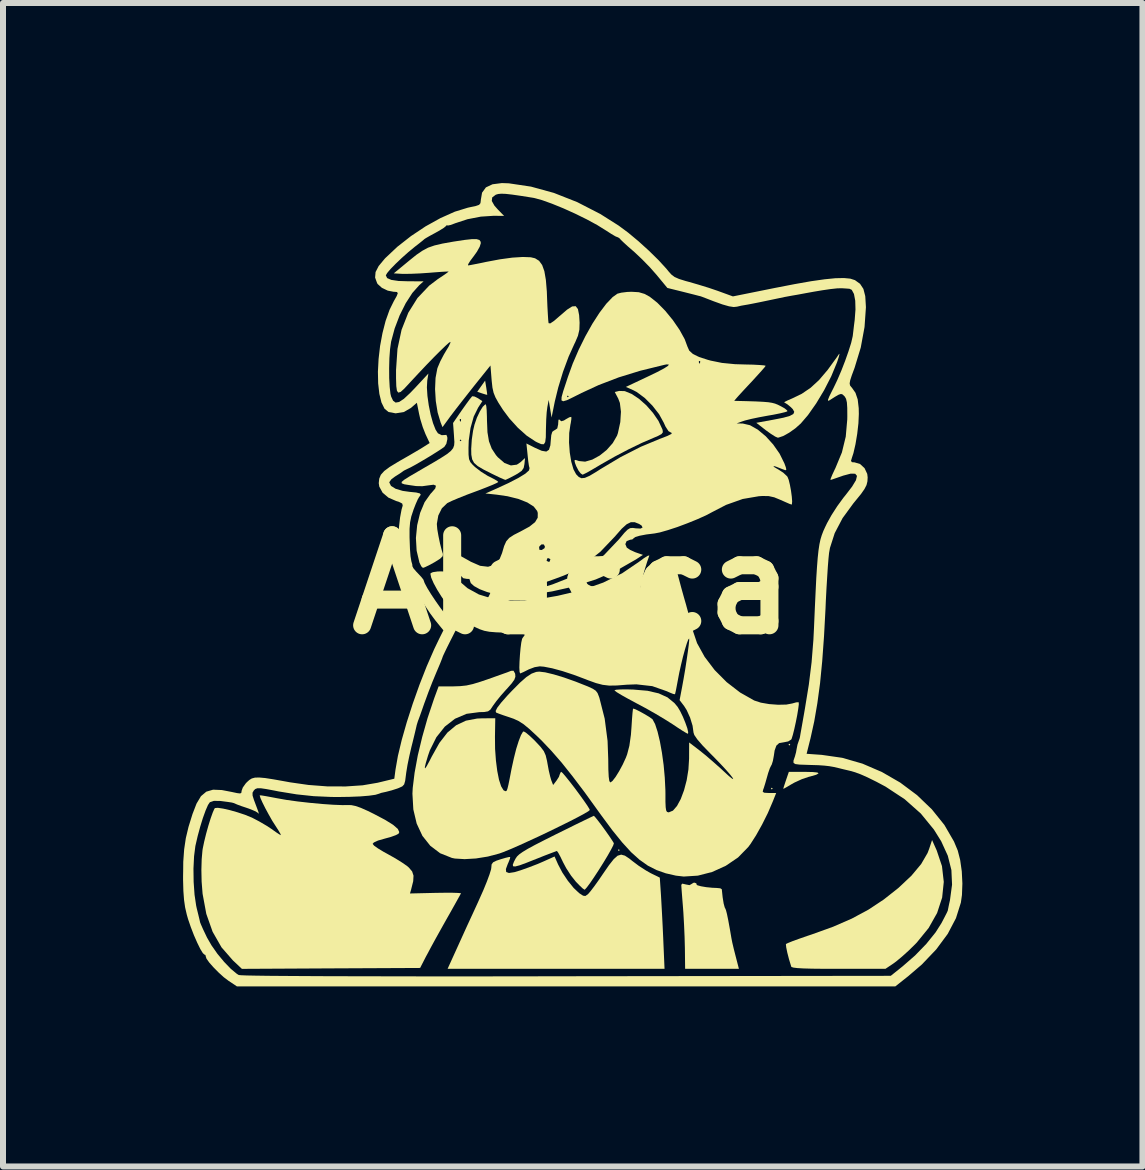
<source format=kicad_pcb>
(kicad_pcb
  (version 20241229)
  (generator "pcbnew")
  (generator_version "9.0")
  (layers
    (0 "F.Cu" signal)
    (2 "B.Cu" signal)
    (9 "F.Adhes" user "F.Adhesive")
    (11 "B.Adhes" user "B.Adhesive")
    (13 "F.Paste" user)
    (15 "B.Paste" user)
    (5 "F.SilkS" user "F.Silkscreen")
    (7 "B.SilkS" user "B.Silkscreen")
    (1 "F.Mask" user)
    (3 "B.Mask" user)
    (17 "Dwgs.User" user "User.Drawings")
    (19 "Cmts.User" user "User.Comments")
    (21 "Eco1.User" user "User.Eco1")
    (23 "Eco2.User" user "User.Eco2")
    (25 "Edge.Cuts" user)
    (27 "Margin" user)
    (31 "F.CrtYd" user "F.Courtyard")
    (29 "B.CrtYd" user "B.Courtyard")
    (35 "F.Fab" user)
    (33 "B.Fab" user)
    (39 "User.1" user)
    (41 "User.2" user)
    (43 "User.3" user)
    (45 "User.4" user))
  (footprint "Alasca"
    (layer "F.Cu")
    (at 6.483 6.689)
    (property "Reference" "Alasca" (at 0 0 0) (layer "F.SilkS") (effects (font (size 1.5 1.5) (thickness 0.3))))
    (attr board_only exclude_from_pos_files exclude_from_bom)
    (fp_poly (pts (xy 0.791 4.424) (xy 0.776 4.438) (xy 0.762 4.424) (xy 0.776 4.409)) (stroke (width 0) (type solid)) (fill yes) (layer "F.SilkS"))
    (fp_poly (pts (xy 3.34 3.398) (xy 3.325 3.413) (xy 3.31 3.398) (xy 3.325 3.384)) (stroke (width 0) (type solid)) (fill yes) (layer "F.SilkS"))
    (fp_poly (pts (xy 3.633 2.666) (xy 3.618 2.681) (xy 3.603 2.666) (xy 3.618 2.651)) (stroke (width 0) (type solid)) (fill yes) (layer "F.SilkS"))
    (fp_poly (pts (xy -1.432 -3.281) (xy -1.421 -3.207) (xy -1.416 -3.164) (xy -1.417 -3.161) (xy -1.444 -3.167) (xy -1.502 -3.185) (xy -1.582 -3.213) (xy -1.517 -3.305) (xy -1.451 -3.398)) (stroke (width 0) (type solid)) (fill yes) (layer "F.SilkS"))
    (fp_poly (pts (xy 4.01 3.123) (xy 4.086 3.131) (xy 4.104 3.146) (xy 4.065 3.168) (xy 3.969 3.196) (xy 3.94 3.203) (xy 3.825 3.242) (xy 3.703 3.298) (xy 3.655 3.325) (xy 3.579 3.37) (xy 3.529 3.398) (xy 3.516 3.402) (xy 3.524 3.372) (xy 3.546 3.305) (xy 3.562 3.257) (xy 3.609 3.12) (xy 3.876 3.12)) (stroke (width 0) (type solid)) (fill yes) (layer "F.SilkS"))
    (fp_poly (pts (xy 1.018 1.749) (xy 1.253 1.769) (xy 1.44 1.812) (xy 1.587 1.879) (xy 1.704 1.975) (xy 1.757 2.039) (xy 1.799 2.11) (xy 1.844 2.202) (xy 1.885 2.302) (xy 1.917 2.392) (xy 1.932 2.459) (xy 1.929 2.486) (xy 1.902 2.474) (xy 1.837 2.435) (xy 1.746 2.376) (xy 1.67 2.325) (xy 1.543 2.245) (xy 1.384 2.15) (xy 1.214 2.054) (xy 1.062 1.973) (xy 0.932 1.903) (xy 0.823 1.842) (xy 0.744 1.794) (xy 0.706 1.765) (xy 0.704 1.761) (xy 0.731 1.752) (xy 0.804 1.747) (xy 0.913 1.746)) (stroke (width 0) (type solid)) (fill yes) (layer "F.SilkS"))
    (fp_poly (pts (xy 4.443 -3.799) (xy 4.417 -3.718) (xy 4.407 -3.691) (xy 4.315 -3.469) (xy 4.197 -3.239) (xy 4.065 -3.019) (xy 3.928 -2.824) (xy 3.808 -2.684) (xy 3.717 -2.603) (xy 3.614 -2.53) (xy 3.515 -2.475) (xy 3.438 -2.449) (xy 3.422 -2.448) (xy 3.381 -2.466) (xy 3.31 -2.511) (xy 3.225 -2.572) (xy 3.067 -2.695) (xy 3.357 -2.748) (xy 3.518 -2.78) (xy 3.625 -2.81) (xy 3.684 -2.842) (xy 3.699 -2.878) (xy 3.675 -2.922) (xy 3.643 -2.955) (xy 3.582 -3.005) (xy 3.537 -3.032) (xy 3.531 -3.033) (xy 3.539 -3.043) (xy 3.59 -3.069) (xy 3.664 -3.101) (xy 3.825 -3.179) (xy 3.972 -3.279) (xy 4.113 -3.409) (xy 4.255 -3.576) (xy 4.409 -3.788) (xy 4.445 -3.842) (xy 4.453 -3.844)) (stroke (width 0) (type solid)) (fill yes) (layer "F.SilkS"))
    (fp_poly (pts (xy -1.432 -2.976) (xy -1.425 -2.903) (xy -1.421 -2.797) (xy -1.42 -2.732) (xy -1.412 -2.538) (xy -1.387 -2.387) (xy -1.341 -2.265) (xy -1.27 -2.157) (xy -1.239 -2.121) (xy -1.129 -2.026) (xy -1.022 -1.985) (xy -0.922 -1.998) (xy -0.86 -2.04) (xy -0.786 -2.109) (xy -0.796 -2.007) (xy -0.809 -1.943) (xy -0.841 -1.896) (xy -0.908 -1.849) (xy -0.952 -1.824) (xy -1.034 -1.781) (xy -1.094 -1.752) (xy -1.114 -1.744) (xy -1.146 -1.756) (xy -1.216 -1.787) (xy -1.311 -1.833) (xy -1.334 -1.844) (xy -1.476 -1.916) (xy -1.573 -1.973) (xy -1.635 -2.027) (xy -1.667 -2.087) (xy -1.681 -2.164) (xy -1.683 -2.268) (xy -1.682 -2.276) (xy -1.673 -2.416) (xy -1.652 -2.562) (xy -1.628 -2.665) (xy -1.588 -2.781) (xy -1.539 -2.884) (xy -1.491 -2.962) (xy -1.45 -3.001) (xy -1.441 -3.003)) (stroke (width 0) (type solid)) (fill yes) (layer "F.SilkS"))
    (fp_poly (pts (xy 0.876 -3.223) (xy 0.99 -3.176) (xy 1.112 -3.095) (xy 1.234 -2.987) (xy 1.345 -2.861) (xy 1.437 -2.727) (xy 1.5 -2.591) (xy 1.506 -2.574) (xy 1.51 -2.537) (xy 1.487 -2.507) (xy 1.427 -2.475) (xy 1.356 -2.445) (xy 1.161 -2.361) (xy 0.938 -2.253) (xy 0.706 -2.131) (xy 0.484 -2.005) (xy 0.442 -1.98) (xy 0.335 -1.917) (xy 0.246 -1.866) (xy 0.187 -1.837) (xy 0.172 -1.831) (xy 0.14 -1.853) (xy 0.106 -1.897) (xy 0.066 -1.974) (xy 0.046 -2.027) (xy 0.037 -2.069) (xy 0.057 -2.077) (xy 0.113 -2.058) (xy 0.215 -2.048) (xy 0.334 -2.082) (xy 0.458 -2.15) (xy 0.575 -2.244) (xy 0.675 -2.357) (xy 0.746 -2.48) (xy 0.761 -2.523) (xy 0.801 -2.707) (xy 0.812 -2.88) (xy 0.794 -3.026) (xy 0.767 -3.098) (xy 0.709 -3.208) (xy 0.781 -3.226)) (stroke (width 0) (type solid)) (fill yes) (layer "F.SilkS"))
    (fp_poly (pts (xy 2.07 4.979) (xy 2.068 4.991) (xy 2.084 5.009) (xy 2.145 5.026) (xy 2.233 5.041) (xy 2.335 5.051) (xy 2.406 5.054) (xy 2.467 5.06) (xy 2.492 5.076) (xy 2.506 5.209) (xy 2.523 5.314) (xy 2.541 5.38) (xy 2.547 5.39) (xy 2.561 5.422) (xy 2.578 5.488) (xy 2.6 5.595) (xy 2.628 5.749) (xy 2.652 5.889) (xy 2.666 5.961) (xy 2.691 6.067) (xy 2.721 6.185) (xy 2.722 6.189) (xy 2.777 6.401) (xy 2.329 6.401) (xy 1.881 6.401) (xy 1.877 6.053) (xy 1.872 5.869) (xy 1.863 5.663) (xy 1.852 5.466) (xy 1.845 5.372) (xy 1.834 5.236) (xy 1.825 5.12) (xy 1.819 5.037) (xy 1.817 5.003) (xy 1.833 4.982) (xy 1.887 4.994) (xy 1.889 4.995) (xy 1.954 5.007) (xy 1.978 4.994) (xy 2.02 4.968) (xy 2.04 4.966)) (stroke (width 0) (type solid)) (fill yes) (layer "F.SilkS"))
    (fp_poly (pts (xy 6.072 4.428) (xy 6.16 4.69) (xy 6.19 4.953) (xy 6.163 5.214) (xy 6.079 5.471) (xy 5.938 5.721) (xy 5.741 5.963) (xy 5.713 5.992) (xy 5.605 6.098) (xy 5.495 6.197) (xy 5.399 6.277) (xy 5.356 6.309) (xy 5.219 6.401) (xy 4.44 6.401) (xy 4.192 6.401) (xy 3.999 6.399) (xy 3.853 6.395) (xy 3.751 6.389) (xy 3.686 6.381) (xy 3.654 6.371) (xy 3.649 6.365) (xy 3.612 6.243) (xy 3.583 6.131) (xy 3.565 6.043) (xy 3.56 5.993) (xy 3.561 5.988) (xy 3.593 5.972) (xy 3.669 5.941) (xy 3.782 5.9) (xy 3.92 5.852) (xy 3.992 5.828) (xy 4.347 5.7) (xy 4.657 5.565) (xy 4.934 5.416) (xy 5.191 5.246) (xy 5.434 5.054) (xy 5.651 4.85) (xy 5.813 4.656) (xy 5.92 4.472) (xy 5.946 4.404) (xy 5.995 4.256)) (stroke (width 0) (type solid)) (fill yes) (layer "F.SilkS"))
    (fp_poly (pts (xy 0.383 3.875) (xy 0.429 3.932) (xy 0.49 4.012) (xy 0.556 4.103) (xy 0.618 4.191) (xy 0.666 4.263) (xy 0.693 4.307) (xy 0.694 4.31) (xy 0.683 4.345) (xy 0.646 4.417) (xy 0.59 4.516) (xy 0.52 4.632) (xy 0.444 4.753) (xy 0.368 4.869) (xy 0.3 4.969) (xy 0.245 5.043) (xy 0.211 5.081) (xy 0.205 5.083) (xy 0.175 5.063) (xy 0.12 5.011) (xy 0.06 4.949) (xy -0.02 4.848) (xy -0.101 4.723) (xy -0.152 4.627) (xy -0.197 4.534) (xy -0.233 4.467) (xy -0.254 4.439) (xy -0.255 4.438) (xy -0.286 4.449) (xy -0.361 4.477) (xy -0.468 4.518) (xy -0.595 4.569) (xy -0.599 4.57) (xy -0.762 4.635) (xy -0.876 4.677) (xy -0.949 4.696) (xy -0.985 4.693) (xy -0.99 4.668) (xy -0.972 4.62) (xy -0.943 4.564) (xy -0.92 4.53) (xy -0.882 4.494) (xy -0.824 4.453) (xy -0.738 4.401) (xy -0.618 4.336) (xy -0.458 4.254) (xy -0.273 4.161) (xy -0.098 4.075) (xy 0.059 3.997) (xy 0.191 3.933) (xy 0.29 3.885) (xy 0.348 3.858) (xy 0.361 3.852)) (stroke (width 0) (type solid)) (fill yes) (layer "F.SilkS"))
    (fp_poly (pts (xy 0.878 4.516) (xy 0.952 4.565) (xy 0.999 4.603) (xy 1.108 4.685) (xy 1.227 4.762) (xy 1.308 4.808) (xy 1.459 4.882) (xy 1.479 5.18) (xy 1.487 5.321) (xy 1.497 5.501) (xy 1.507 5.697) (xy 1.516 5.891) (xy 1.518 5.94) (xy 1.538 6.401) (xy -0.269 6.401) (xy -2.076 6.401) (xy -1.913 6.042) (xy -1.84 5.881) (xy -1.752 5.687) (xy -1.658 5.484) (xy -1.57 5.292) (xy -1.549 5.245) (xy -1.48 5.09) (xy -1.422 4.948) (xy -1.378 4.829) (xy -1.352 4.745) (xy -1.348 4.716) (xy -1.343 4.662) (xy -1.318 4.627) (xy -1.261 4.599) (xy -1.195 4.577) (xy -1.11 4.552) (xy -1.05 4.538) (xy -1.033 4.538) (xy -1.038 4.568) (xy -1.063 4.631) (xy -1.074 4.655) (xy -1.105 4.739) (xy -1.1 4.788) (xy -1.054 4.805) (xy -0.963 4.791) (xy -0.86 4.76) (xy -0.722 4.711) (xy -0.574 4.654) (xy -0.477 4.612) (xy -0.294 4.53) (xy -0.235 4.663) (xy -0.164 4.798) (xy -0.073 4.934) (xy 0.024 5.054) (xy 0.114 5.139) (xy 0.121 5.144) (xy 0.181 5.183) (xy 0.219 5.188) (xy 0.257 5.162) (xy 0.265 5.155) (xy 0.303 5.111) (xy 0.365 5.03) (xy 0.441 4.924) (xy 0.512 4.82) (xy 0.613 4.674) (xy 0.692 4.574) (xy 0.756 4.517) (xy 0.816 4.499)) (stroke (width 0) (type solid)) (fill yes) (layer "F.SilkS"))
    (fp_poly (pts (xy -5.175 3.513) (xy -5.101 3.525) (xy -4.994 3.545) (xy -4.92 3.559) (xy -4.763 3.587) (xy -4.575 3.613) (xy -4.371 3.636) (xy -4.168 3.655) (xy -3.981 3.668) (xy -3.826 3.674) (xy -3.752 3.673) (xy -3.681 3.674) (xy -3.608 3.689) (xy -3.52 3.72) (xy -3.403 3.772) (xy -3.304 3.821) (xy -3.116 3.92) (xy -2.983 4.003) (xy -2.905 4.071) (xy -2.881 4.124) (xy -2.894 4.151) (xy -2.938 4.174) (xy -3.021 4.204) (xy -3.126 4.233) (xy -3.126 4.233) (xy -3.235 4.264) (xy -3.304 4.296) (xy -3.325 4.319) (xy -3.301 4.349) (xy -3.235 4.396) (xy -3.139 4.454) (xy -3.068 4.493) (xy -2.945 4.562) (xy -2.833 4.632) (xy -2.747 4.692) (xy -2.721 4.715) (xy -2.667 4.779) (xy -2.644 4.849) (xy -2.649 4.941) (xy -2.681 5.069) (xy -2.683 5.078) (xy -2.703 5.146) (xy -2.274 5.136) (xy -2.124 5.134) (xy -1.998 5.134) (xy -1.906 5.137) (xy -1.858 5.141) (xy -1.853 5.143) (xy -1.869 5.173) (xy -1.909 5.245) (xy -1.968 5.351) (xy -2.041 5.481) (xy -2.099 5.583) (xy -2.188 5.742) (xy -2.276 5.9) (xy -2.354 6.043) (xy -2.414 6.156) (xy -2.436 6.196) (xy -2.534 6.387) (xy -4.019 6.394) (xy -5.503 6.402) (xy -5.652 6.262) (xy -5.843 6.043) (xy -5.991 5.784) (xy -6.096 5.486) (xy -6.158 5.151) (xy -6.174 4.948) (xy -6.178 4.755) (xy -6.173 4.575) (xy -6.16 4.428) (xy -6.155 4.396) (xy -6.131 4.281) (xy -6.099 4.151) (xy -6.062 4.018) (xy -6.024 3.896) (xy -5.989 3.798) (xy -5.962 3.736) (xy -5.951 3.723) (xy -5.904 3.719) (xy -5.816 3.732) (xy -5.702 3.758) (xy -5.576 3.794) (xy -5.452 3.835) (xy -5.344 3.879) (xy -5.338 3.881) (xy -5.216 3.945) (xy -5.091 4.018) (xy -5.009 4.072) (xy -4.932 4.127) (xy -4.875 4.164) (xy -4.854 4.175) (xy -4.861 4.153) (xy -4.894 4.096) (xy -4.942 4.021) (xy -4.996 3.937) (xy -5.054 3.835) (xy -5.111 3.73) (xy -5.16 3.632) (xy -5.194 3.556) (xy -5.206 3.515) (xy -5.205 3.511)) (stroke (width 0) (type solid)) (fill yes) (layer "F.SilkS"))
    (fp_poly (pts (xy -1.627 -3.133) (xy -1.569 -3.104) (xy -1.497 -3.056) (xy -1.567 -2.949) (xy -1.641 -2.799) (xy -1.694 -2.61) (xy -1.724 -2.399) (xy -1.728 -2.276) (xy -1.727 -2.163) (xy -1.719 -2.091) (xy -1.697 -2.04) (xy -1.656 -1.993) (xy -1.619 -1.958) (xy -1.521 -1.882) (xy -1.409 -1.812) (xy -1.371 -1.793) (xy -1.293 -1.753) (xy -1.242 -1.721) (xy -1.232 -1.709) (xy -1.257 -1.693) (xy -1.328 -1.661) (xy -1.434 -1.618) (xy -1.566 -1.567) (xy -1.612 -1.55) (xy -1.76 -1.495) (xy -1.895 -1.441) (xy -2.004 -1.395) (xy -2.074 -1.361) (xy -2.082 -1.357) (xy -2.171 -1.272) (xy -2.231 -1.151) (xy -2.255 -1.013) (xy -2.255 -1.004) (xy -2.248 -0.922) (xy -2.228 -0.807) (xy -2.202 -0.682) (xy -2.173 -0.57) (xy -2.154 -0.509) (xy -2.158 -0.473) (xy -2.202 -0.43) (xy -2.293 -0.373) (xy -2.298 -0.37) (xy -2.386 -0.322) (xy -2.455 -0.289) (xy -2.487 -0.278) (xy -2.514 -0.303) (xy -2.544 -0.364) (xy -2.547 -0.374) (xy -2.592 -0.565) (xy -2.604 -0.776) (xy -2.583 -0.99) (xy -2.534 -1.194) (xy -2.459 -1.373) (xy -2.359 -1.514) (xy -2.345 -1.528) (xy -2.282 -1.601) (xy -2.27 -1.647) (xy -2.309 -1.664) (xy -2.395 -1.653) (xy -2.497 -1.639) (xy -2.594 -1.641) (xy -2.6 -1.641) (xy -2.717 -1.658) (xy -2.798 -1.671) (xy -2.84 -1.687) (xy -2.842 -1.71) (xy -2.801 -1.745) (xy -2.716 -1.799) (xy -2.584 -1.876) (xy -2.492 -1.93) (xy -2.314 -2.033) (xy -2.181 -2.113) (xy -2.085 -2.175) (xy -2.022 -2.226) (xy -1.984 -2.273) (xy -1.967 -2.321) (xy -1.963 -2.377) (xy -1.965 -2.402) (xy -1.875 -2.402) (xy -1.86 -2.388) (xy -1.846 -2.402) (xy -1.86 -2.417) (xy -1.875 -2.402) (xy -1.965 -2.402) (xy -1.968 -2.448) (xy -1.97 -2.484) (xy -1.985 -2.692) (xy -1.953 -2.739) (xy -1.875 -2.739) (xy -1.864 -2.715) (xy -1.855 -2.72) (xy -1.852 -2.754) (xy -1.855 -2.759) (xy -1.873 -2.755) (xy -1.875 -2.739) (xy -1.953 -2.739) (xy -1.837 -2.908) (xy -1.768 -3.005) (xy -1.711 -3.083) (xy -1.673 -3.13) (xy -1.665 -3.138)) (stroke (width 0) (type solid)) (fill yes) (layer "F.SilkS"))
    (fp_poly (pts (xy -0.953 1.48) (xy -0.95 1.491) (xy -0.947 1.536) (xy -0.964 1.584) (xy -1.009 1.647) (xy -1.089 1.738) (xy -1.101 1.75) (xy -1.188 1.848) (xy -1.265 1.943) (xy -1.319 2.017) (xy -1.327 2.029) (xy -1.363 2.083) (xy -1.403 2.112) (xy -1.466 2.123) (xy -1.548 2.125) (xy -1.76 2.153) (xy -1.953 2.235) (xy -2.122 2.366) (xy -2.263 2.543) (xy -2.372 2.762) (xy -2.403 2.852) (xy -2.44 2.976) (xy -2.456 3.046) (xy -2.45 3.062) (xy -2.423 3.023) (xy -2.373 2.93) (xy -2.34 2.865) (xy -2.213 2.638) (xy -2.08 2.466) (xy -1.934 2.344) (xy -1.771 2.267) (xy -1.585 2.232) (xy -1.498 2.228) (xy -1.282 2.227) (xy -1.287 2.534) (xy -1.285 2.738) (xy -1.271 2.931) (xy -1.249 3.104) (xy -1.22 3.251) (xy -1.184 3.361) (xy -1.144 3.427) (xy -1.113 3.442) (xy -1.1 3.44) (xy -1.089 3.428) (xy -1.078 3.396) (xy -1.063 3.335) (xy -1.043 3.237) (xy -1.015 3.091) (xy -1.009 3.061) (xy -0.972 2.892) (xy -0.933 2.737) (xy -0.892 2.607) (xy -0.854 2.509) (xy -0.822 2.454) (xy -0.808 2.446) (xy -0.773 2.466) (xy -0.71 2.518) (xy -0.631 2.593) (xy -0.61 2.615) (xy -0.526 2.705) (xy -0.473 2.775) (xy -0.442 2.845) (xy -0.42 2.937) (xy -0.412 2.982) (xy -0.391 3.096) (xy -0.367 3.198) (xy -0.349 3.26) (xy -0.318 3.339) (xy -0.262 3.266) (xy -0.222 3.204) (xy -0.206 3.157) (xy -0.19 3.123) (xy -0.182 3.12) (xy -0.157 3.142) (xy -0.106 3.202) (xy -0.037 3.288) (xy 0.041 3.389) (xy 0.12 3.496) (xy 0.193 3.597) (xy 0.251 3.681) (xy 0.286 3.738) (xy 0.293 3.756) (xy 0.268 3.777) (xy 0.197 3.819) (xy 0.089 3.877) (xy -0.049 3.948) (xy -0.207 4.026) (xy -0.379 4.11) (xy -0.555 4.194) (xy -0.729 4.274) (xy -0.891 4.348) (xy -1.034 4.41) (xy -1.149 4.457) (xy -1.216 4.481) (xy -1.405 4.531) (xy -1.604 4.563) (xy -1.793 4.574) (xy -1.955 4.564) (xy -2.004 4.554) (xy -2.2 4.476) (xy -2.364 4.352) (xy -2.496 4.186) (xy -2.591 3.982) (xy -2.647 3.746) (xy -2.662 3.483) (xy -2.657 3.387) (xy -2.626 3.135) (xy -2.573 2.847) (xy -2.499 2.539) (xy -2.41 2.225) (xy -2.309 1.923) (xy -2.297 1.888) (xy -2.226 1.696) (xy -1.985 1.696) (xy -1.867 1.692) (xy -1.763 1.681) (xy -1.655 1.657) (xy -1.524 1.617) (xy -1.406 1.577) (xy -1.271 1.529) (xy -1.153 1.487) (xy -1.065 1.455) (xy -1.019 1.437) (xy -0.978 1.435)) (stroke (width 0) (type solid)) (fill yes) (layer "F.SilkS"))
    (fp_poly (pts (xy -1.592 -5.755) (xy -1.546 -5.741) (xy -1.526 -5.713) (xy -1.523 -5.687) (xy -1.541 -5.629) (xy -1.587 -5.546) (xy -1.643 -5.468) (xy -1.7 -5.392) (xy -1.733 -5.338) (xy -1.736 -5.317) (xy -1.735 -5.317) (xy -1.696 -5.323) (xy -1.614 -5.339) (xy -1.503 -5.361) (xy -1.433 -5.376) (xy -1.204 -5.419) (xy -0.998 -5.447) (xy -0.824 -5.458) (xy -0.691 -5.453) (xy -0.619 -5.436) (xy -0.552 -5.394) (xy -0.501 -5.324) (xy -0.464 -5.221) (xy -0.439 -5.076) (xy -0.423 -4.884) (xy -0.419 -4.775) (xy -0.413 -4.629) (xy -0.406 -4.503) (xy -0.4 -4.408) (xy -0.394 -4.358) (xy -0.393 -4.355) (xy -0.366 -4.351) (xy -0.303 -4.393) (xy -0.205 -4.478) (xy -0.203 -4.479) (xy -0.086 -4.58) (xy -0.001 -4.634) (xy 0.058 -4.638) (xy 0.095 -4.59) (xy 0.115 -4.49) (xy 0.123 -4.363) (xy 0.119 -4.246) (xy 0.096 -4.146) (xy 0.048 -4.033) (xy 0.038 -4.014) (xy -0.06 -3.797) (xy -0.153 -3.546) (xy -0.233 -3.283) (xy -0.29 -3.051) (xy -0.344 -2.783) (xy -0.368 -2.93) (xy -0.392 -3.076) (xy -0.414 -2.959) (xy -0.425 -2.874) (xy -0.433 -2.753) (xy -0.437 -2.619) (xy -0.438 -2.585) (xy -0.44 -2.454) (xy -0.45 -2.374) (xy -0.473 -2.338) (xy -0.517 -2.34) (xy -0.587 -2.371) (xy -0.617 -2.387) (xy -0.757 -2.48) (xy -0.905 -2.612) (xy -1.046 -2.767) (xy -1.152 -2.909) (xy -1.229 -3.029) (xy -1.279 -3.119) (xy -1.31 -3.196) (xy -1.329 -3.281) (xy -1.341 -3.39) (xy -1.345 -3.436) (xy -1.362 -3.65) (xy -1.626 -3.321) (xy -1.735 -3.183) (xy -1.845 -3.043) (xy -1.943 -2.917) (xy -2.018 -2.818) (xy -2.026 -2.808) (xy -2.161 -2.623) (xy -2.193 -2.703) (xy -2.242 -2.867) (xy -2.273 -3.058) (xy -2.285 -3.256) (xy -2.277 -3.442) (xy -2.248 -3.597) (xy -2.24 -3.62) (xy -2.197 -3.721) (xy -2.137 -3.835) (xy -2.105 -3.889) (xy -2.058 -3.967) (xy -2.031 -4.025) (xy -2.028 -4.044) (xy -2.053 -4.03) (xy -2.111 -3.978) (xy -2.197 -3.895) (xy -2.305 -3.787) (xy -2.428 -3.66) (xy -2.561 -3.519) (xy -2.698 -3.372) (xy -2.719 -3.349) (xy -2.8 -3.262) (xy -2.858 -3.21) (xy -2.897 -3.198) (xy -2.92 -3.228) (xy -2.931 -3.306) (xy -2.935 -3.435) (xy -2.935 -3.575) (xy -2.911 -3.927) (xy -2.843 -4.245) (xy -2.731 -4.529) (xy -2.578 -4.774) (xy -2.383 -4.98) (xy -2.238 -5.09) (xy -2.15 -5.148) (xy -2.087 -5.192) (xy -2.059 -5.215) (xy -2.059 -5.216) (xy -2.089 -5.215) (xy -2.165 -5.211) (xy -2.276 -5.203) (xy -2.388 -5.194) (xy -2.535 -5.184) (xy -2.675 -5.178) (xy -2.789 -5.176) (xy -2.842 -5.177) (xy -2.973 -5.185) (xy -2.716 -5.397) (xy -2.597 -5.493) (xy -2.496 -5.562) (xy -2.401 -5.613) (xy -2.294 -5.65) (xy -2.162 -5.681) (xy -1.988 -5.712) (xy -1.963 -5.716) (xy -1.792 -5.742) (xy -1.672 -5.755)) (stroke (width 0) (type solid)) (fill yes) (layer "F.SilkS"))
    (fp_poly (pts (xy 1.283 -0.479) (xy 1.247 -0.376) (xy 1.21 -0.256) (xy 1.177 -0.137) (xy 1.153 -0.036) (xy 1.143 0.03) (xy 1.143 0.033) (xy 1.148 0.083) (xy 1.177 0.085) (xy 1.207 0.07) (xy 1.263 0.032) (xy 1.341 -0.031) (xy 1.404 -0.086) (xy 1.493 -0.164) (xy 1.58 -0.235) (xy 1.626 -0.27) (xy 1.714 -0.332) (xy 1.778 -0.093) (xy 1.817 0.054) (xy 1.861 0.212) (xy 1.9 0.347) (xy 1.901 0.352) (xy 1.939 0.491) (xy 1.978 0.643) (xy 2.003 0.748) (xy 2.08 0.976) (xy 2.206 1.204) (xy 2.373 1.424) (xy 2.573 1.625) (xy 2.797 1.798) (xy 3.032 1.931) (xy 3.142 1.967) (xy 3.282 1.991) (xy 3.431 2.002) (xy 3.567 1.999) (xy 3.664 1.981) (xy 3.732 1.962) (xy 3.771 1.96) (xy 3.773 1.961) (xy 3.775 1.996) (xy 3.765 2.072) (xy 3.748 2.176) (xy 3.725 2.292) (xy 3.7 2.406) (xy 3.676 2.502) (xy 3.656 2.567) (xy 3.648 2.582) (xy 3.598 2.613) (xy 3.522 2.628) (xy 3.521 2.628) (xy 3.447 2.641) (xy 3.401 2.683) (xy 3.372 2.764) (xy 3.359 2.852) (xy 3.343 2.938) (xy 3.323 3.001) (xy 3.316 3.012) (xy 3.293 3.058) (xy 3.264 3.141) (xy 3.245 3.208) (xy 3.217 3.307) (xy 3.192 3.388) (xy 3.18 3.42) (xy 3.174 3.453) (xy 3.201 3.468) (xy 3.275 3.472) (xy 3.278 3.472) (xy 3.398 3.472) (xy 3.34 3.617) (xy 3.259 3.806) (xy 3.163 3.998) (xy 3.063 4.177) (xy 2.968 4.325) (xy 2.931 4.374) (xy 2.763 4.546) (xy 2.558 4.685) (xy 2.331 4.788) (xy 2.093 4.849) (xy 1.858 4.864) (xy 1.728 4.849) (xy 1.558 4.81) (xy 1.405 4.756) (xy 1.261 4.683) (xy 1.122 4.585) (xy 0.981 4.458) (xy 0.833 4.296) (xy 0.67 4.095) (xy 0.487 3.848) (xy 0.427 3.765) (xy 0.204 3.456) (xy 0.004 3.192) (xy -0.177 2.965) (xy -0.346 2.771) (xy -0.508 2.6) (xy -0.598 2.513) (xy -0.716 2.404) (xy -0.808 2.328) (xy -0.89 2.275) (xy -0.974 2.236) (xy -1.046 2.211) (xy -1.148 2.177) (xy -1.226 2.149) (xy -1.266 2.133) (xy -1.267 2.133) (xy -1.276 2.106) (xy -1.249 2.052) (xy -1.184 1.967) (xy -1.079 1.848) (xy -1.002 1.767) (xy -0.869 1.633) (xy -0.763 1.54) (xy -0.676 1.483) (xy -0.6 1.455) (xy -0.55 1.45) (xy -0.45 1.462) (xy -0.309 1.496) (xy -0.137 1.548) (xy 0.055 1.616) (xy 0.136 1.648) (xy 0.26 1.697) (xy 0.342 1.735) (xy 0.392 1.768) (xy 0.422 1.807) (xy 0.443 1.86) (xy 0.453 1.888) (xy 0.541 2.234) (xy 0.589 2.605) (xy 0.6 2.908) (xy 0.602 3.081) (xy 0.608 3.201) (xy 0.618 3.271) (xy 0.633 3.296) (xy 0.635 3.296) (xy 0.671 3.271) (xy 0.722 3.205) (xy 0.781 3.11) (xy 0.841 2.999) (xy 0.894 2.884) (xy 0.915 2.828) (xy 0.952 2.686) (xy 0.978 2.502) (xy 0.988 2.366) (xy 0.996 2.241) (xy 1.004 2.142) (xy 1.011 2.08) (xy 1.016 2.065) (xy 1.056 2.079) (xy 1.126 2.114) (xy 1.209 2.16) (xy 1.284 2.205) (xy 1.333 2.24) (xy 1.339 2.246) (xy 1.381 2.325) (xy 1.422 2.451) (xy 1.461 2.614) (xy 1.495 2.803) (xy 1.523 3.007) (xy 1.542 3.216) (xy 1.552 3.419) (xy 1.553 3.479) (xy 1.553 3.618) (xy 1.557 3.709) (xy 1.565 3.762) (xy 1.579 3.787) (xy 1.602 3.794) (xy 1.61 3.794) (xy 1.678 3.766) (xy 1.745 3.689) (xy 1.808 3.573) (xy 1.863 3.426) (xy 1.907 3.259) (xy 1.936 3.08) (xy 1.947 2.9) (xy 1.947 2.897) (xy 1.948 2.63) (xy 2.124 2.765) (xy 2.227 2.848) (xy 2.35 2.954) (xy 2.474 3.064) (xy 2.518 3.105) (xy 2.609 3.189) (xy 2.664 3.233) (xy 2.683 3.241) (xy 2.671 3.217) (xy 2.63 3.164) (xy 2.563 3.087) (xy 2.471 2.988) (xy 2.359 2.872) (xy 2.307 2.82) (xy 2.174 2.683) (xy 2.084 2.579) (xy 2.034 2.506) (xy 2.021 2.466) (xy 2.005 2.351) (xy 1.964 2.217) (xy 1.907 2.091) (xy 1.864 2.023) (xy 1.789 1.925) (xy 1.831 1.704) (xy 1.857 1.561) (xy 1.883 1.409) (xy 1.906 1.258) (xy 1.926 1.121) (xy 1.941 1.007) (xy 1.949 0.929) (xy 1.948 0.898) (xy 1.933 0.916) (xy 1.909 0.98) (xy 1.879 1.078) (xy 1.846 1.199) (xy 1.814 1.332) (xy 1.784 1.465) (xy 1.768 1.548) (xy 1.746 1.666) (xy 1.728 1.76) (xy 1.715 1.817) (xy 1.711 1.827) (xy 1.682 1.822) (xy 1.618 1.796) (xy 1.576 1.777) (xy 1.334 1.692) (xy 1.069 1.662) (xy 0.909 1.668) (xy 0.743 1.681) (xy 0.616 1.683) (xy 0.507 1.67) (xy 0.396 1.641) (xy 0.265 1.594) (xy 0.22 1.576) (xy 0.025 1.503) (xy -0.163 1.441) (xy -0.332 1.395) (xy -0.47 1.368) (xy -0.54 1.362) (xy -0.626 1.376) (xy -0.722 1.412) (xy -0.74 1.421) (xy -0.812 1.457) (xy -0.86 1.478) (xy -0.868 1.479) (xy -0.877 1.453) (xy -0.881 1.383) (xy -0.878 1.285) (xy -0.871 1.173) (xy -0.861 1.062) (xy -0.849 0.968) (xy -0.835 0.904) (xy -0.826 0.888) (xy -0.795 0.846) (xy -0.791 0.832) (xy -0.818 0.822) (xy -0.893 0.814) (xy -1.002 0.806) (xy -1.121 0.801) (xy -1.271 0.795) (xy -1.38 0.786) (xy -1.464 0.77) (xy -1.541 0.744) (xy -1.629 0.704) (xy -1.646 0.695) (xy -1.847 0.568) (xy -2.011 0.417) (xy -2.093 0.319) (xy -2.175 0.205) (xy -2.249 0.087) (xy -2.309 -0.023) (xy -2.349 -0.115) (xy -2.362 -0.177) (xy -2.358 -0.19) (xy -2.321 -0.207) (xy -2.245 -0.218) (xy -2.191 -0.22) (xy -2.107 -0.217) (xy -2.047 -0.2) (xy -1.99 -0.161) (xy -1.917 -0.089) (xy -1.907 -0.079) (xy -1.743 0.061) (xy -1.554 0.165) (xy -1.334 0.232) (xy -1.081 0.264) (xy -0.789 0.261) (xy -0.455 0.224) (xy -0.243 0.187) (xy 0.16 0.092) (xy 0.516 -0.033) (xy 0.831 -0.188) (xy 1.111 -0.378) (xy 1.112 -0.379) (xy 1.195 -0.44) (xy 1.255 -0.478) (xy 1.283 -0.486)) (stroke (width 0) (type solid)) (fill yes) (layer "F.SilkS"))
    (fp_poly (pts (xy 1.109 -4.871) (xy 1.204 -4.843) (xy 1.292 -4.795) (xy 1.417 -4.696) (xy 1.549 -4.562) (xy 1.676 -4.407) (xy 1.788 -4.244) (xy 1.874 -4.088) (xy 1.92 -3.964) (xy 1.95 -3.897) (xy 2.012 -3.841) (xy 2.112 -3.792) (xy 2.26 -3.744) (xy 2.308 -3.731) (xy 2.495 -3.693) (xy 2.711 -3.672) (xy 2.878 -3.667) (xy 3.013 -3.664) (xy 3.122 -3.658) (xy 3.196 -3.652) (xy 3.223 -3.645) (xy 3.204 -3.619) (xy 3.152 -3.559) (xy 3.074 -3.473) (xy 2.979 -3.369) (xy 2.956 -3.345) (xy 2.859 -3.241) (xy 2.779 -3.154) (xy 2.724 -3.092) (xy 2.7 -3.062) (xy 2.7 -3.061) (xy 2.907 -3.056) (xy 3.064 -3.051) (xy 3.181 -3.045) (xy 3.267 -3.038) (xy 3.329 -3.028) (xy 3.379 -3.015) (xy 3.424 -2.997) (xy 3.466 -2.976) (xy 3.54 -2.935) (xy 3.581 -2.901) (xy 3.584 -2.886) (xy 3.546 -2.873) (xy 3.464 -2.853) (xy 3.351 -2.83) (xy 3.252 -2.813) (xy 3.112 -2.787) (xy 2.983 -2.76) (xy 2.883 -2.735) (xy 2.842 -2.722) (xy 2.739 -2.685) (xy 2.842 -2.683) (xy 2.962 -2.655) (xy 3.092 -2.581) (xy 3.224 -2.471) (xy 3.348 -2.334) (xy 3.455 -2.181) (xy 3.535 -2.019) (xy 3.558 -1.956) (xy 3.567 -1.915) (xy 3.553 -1.905) (xy 3.502 -1.923) (xy 3.474 -1.934) (xy 3.389 -1.967) (xy 3.352 -1.975) (xy 3.363 -1.959) (xy 3.426 -1.922) (xy 3.435 -1.917) (xy 3.516 -1.864) (xy 3.578 -1.806) (xy 3.587 -1.794) (xy 3.607 -1.744) (xy 3.627 -1.661) (xy 3.645 -1.563) (xy 3.658 -1.466) (xy 3.664 -1.386) (xy 3.66 -1.339) (xy 3.655 -1.333) (xy 3.622 -1.344) (xy 3.553 -1.374) (xy 3.472 -1.41) (xy 3.365 -1.454) (xy 3.274 -1.474) (xy 3.17 -1.476) (xy 3.109 -1.472) (xy 2.84 -1.426) (xy 2.564 -1.328) (xy 2.338 -1.211) (xy 2.228 -1.153) (xy 2.083 -1.088) (xy 1.92 -1.022) (xy 1.752 -0.959) (xy 1.593 -0.907) (xy 1.46 -0.869) (xy 1.372 -0.852) (xy 1.235 -0.835) (xy 1.124 -0.814) (xy 1.051 -0.792) (xy 1.025 -0.773) (xy 1.001 -0.752) (xy 0.966 -0.747) (xy 0.907 -0.725) (xy 0.885 -0.674) (xy 0.909 -0.616) (xy 0.912 -0.614) (xy 0.965 -0.578) (xy 1.046 -0.541) (xy 1.065 -0.534) (xy 1.178 -0.495) (xy 1.062 -0.419) (xy 0.748 -0.239) (xy 0.391 -0.085) (xy 0.001 0.038) (xy -0.338 0.114) (xy -0.509 0.14) (xy -0.695 0.16) (xy -0.882 0.172) (xy -1.054 0.177) (xy -1.196 0.172) (xy -1.279 0.162) (xy -1.418 0.124) (xy -1.468 0.105) (xy -0.908 0.105) (xy -0.882 0.12) (xy -0.809 0.117) (xy -0.696 0.098) (xy -0.554 0.063) (xy -0.388 0.016) (xy -0.326 -0.004) (xy -0.006 -0.13) (xy 0.276 -0.291) (xy 0.532 -0.494) (xy 0.773 -0.748) (xy 0.793 -0.771) (xy 0.869 -0.862) (xy 0.922 -0.915) (xy 0.964 -0.94) (xy 1.009 -0.944) (xy 1.059 -0.937) (xy 1.138 -0.933) (xy 1.172 -0.95) (xy 1.156 -0.983) (xy 1.115 -1.01) (xy 1.042 -1.039) (xy 0.976 -1.039) (xy 0.907 -1.005) (xy 0.826 -0.932) (xy 0.723 -0.815) (xy 0.717 -0.807) (xy 0.468 -0.546) (xy 0.185 -0.322) (xy 0.046 -0.234) (xy -0.032 -0.196) (xy -0.144 -0.149) (xy -0.278 -0.099) (xy -0.418 -0.049) (xy -0.552 -0.006) (xy -0.664 0.026) (xy -0.741 0.043) (xy -0.756 0.044) (xy -0.837 0.054) (xy -0.894 0.08) (xy -0.908 0.105) (xy -1.468 0.105) (xy -1.541 0.077) (xy -1.635 0.025) (xy -1.69 -0.025) (xy -1.699 -0.051) (xy -1.713 -0.094) (xy -1.755 -0.095) (xy -1.815 -0.106) (xy -1.874 -0.166) (xy -1.917 -0.233) (xy -1.965 -0.32) (xy -2.011 -0.412) (xy -2.048 -0.493) (xy -2.067 -0.549) (xy -2.067 -0.565) (xy -2.035 -0.559) (xy -1.96 -0.526) (xy -1.853 -0.472) (xy -1.719 -0.398) (xy -1.69 -0.381) (xy -1.535 -0.313) (xy -1.402 -0.297) (xy -1.294 -0.331) (xy -1.251 -0.376) (xy -0.748 -0.376) (xy -0.726 -0.343) (xy -0.703 -0.337) (xy -0.665 -0.358) (xy -0.66 -0.364) (xy -0.662 -0.399) (xy -0.669 -0.402) (xy -0.427 -0.402) (xy -0.423 -0.393) (xy -0.388 -0.378) (xy -0.378 -0.382) (xy -0.364 -0.418) (xy -0.368 -0.427) (xy -0.403 -0.442) (xy -0.413 -0.438) (xy -0.427 -0.402) (xy -0.669 -0.402) (xy -0.698 -0.417) (xy -0.733 -0.41) (xy -0.748 -0.376) (xy -1.251 -0.376) (xy -1.213 -0.416) (xy -1.169 -0.525) (xy -1.141 -0.62) (xy -0.552 -0.62) (xy -0.546 -0.579) (xy -0.508 -0.576) (xy -0.463 -0.605) (xy -0.454 -0.63) (xy -0.472 -0.668) (xy -0.511 -0.67) (xy -0.545 -0.639) (xy -0.552 -0.62) (xy -1.141 -0.62) (xy -1.135 -0.641) (xy -1.099 -0.721) (xy -1.049 -0.778) (xy -0.971 -0.829) (xy -0.857 -0.887) (xy -0.712 -0.966) (xy -0.619 -1.04) (xy -0.575 -1.114) (xy -0.574 -1.194) (xy -0.584 -1.226) (xy -0.641 -1.3) (xy -0.748 -1.368) (xy -0.897 -1.427) (xy -1.079 -1.472) (xy -1.258 -1.498) (xy -1.446 -1.518) (xy -1.291 -1.586) (xy -1.067 -1.689) (xy -0.898 -1.776) (xy -0.782 -1.847) (xy -0.72 -1.902) (xy -0.71 -1.944) (xy -0.715 -1.952) (xy -0.722 -1.984) (xy -0.733 -2.059) (xy -0.743 -2.157) (xy -0.763 -2.351) (xy -0.623 -2.28) (xy -0.508 -2.229) (xy -0.432 -2.216) (xy -0.387 -2.246) (xy -0.364 -2.32) (xy -0.358 -2.392) (xy -0.349 -2.49) (xy -0.332 -2.545) (xy -0.301 -2.569) (xy -0.292 -2.572) (xy -0.249 -2.602) (xy -0.234 -2.671) (xy -0.234 -2.685) (xy -0.229 -2.746) (xy -0.213 -2.75) (xy -0.208 -2.743) (xy -0.182 -2.721) (xy -0.138 -2.734) (xy -0.105 -2.755) (xy -0.048 -2.787) (xy -0.016 -2.794) (xy -0.015 -2.794) (xy -0.014 -2.76) (xy -0.024 -2.692) (xy -0.03 -2.665) (xy -0.05 -2.526) (xy -0.053 -2.366) (xy -0.041 -2.201) (xy -0.016 -2.048) (xy 0.021 -1.92) (xy 0.065 -1.838) (xy 0.109 -1.793) (xy 0.154 -1.772) (xy 0.211 -1.778) (xy 0.289 -1.812) (xy 0.4 -1.878) (xy 0.47 -1.923) (xy 0.806 -2.124) (xy 1.145 -2.297) (xy 1.467 -2.431) (xy 1.479 -2.435) (xy 1.587 -2.477) (xy 1.649 -2.508) (xy 1.661 -2.526) (xy 1.653 -2.528) (xy 1.604 -2.556) (xy 1.555 -2.631) (xy 1.524 -2.699) (xy 1.447 -2.839) (xy 1.336 -2.981) (xy 1.207 -3.11) (xy 1.075 -3.208) (xy 1.02 -3.237) (xy 0.894 -3.293) (xy 1.252 -3.462) (xy 1.416 -3.541) (xy 1.531 -3.602) (xy 1.596 -3.644) (xy 1.61 -3.666) (xy 1.571 -3.668) (xy 1.531 -3.66) (xy 1.132 -3.562) (xy 0.775 -3.452) (xy 0.441 -3.324) (xy 0.155 -3.192) (xy 0.012 -3.12) (xy -0.088 -3.072) (xy -0.15 -3.054) (xy -0.179 -3.069) (xy -0.177 -3.123) (xy -0.174 -3.135) (xy -0.088 -3.135) (xy -0.073 -3.12) (xy -0.059 -3.135) (xy -0.073 -3.149) (xy -0.088 -3.135) (xy -0.174 -3.135) (xy -0.15 -3.222) (xy -0.101 -3.37) (xy -0.072 -3.459) (xy 0.01 -3.686) (xy 0.019 -3.706) (xy 2.109 -3.706) (xy 2.12 -3.682) (xy 2.129 -3.686) (xy 2.132 -3.721) (xy 2.129 -3.726) (xy 2.111 -3.722) (xy 2.109 -3.706) (xy 0.019 -3.706) (xy 0.109 -3.915) (xy 0.219 -4.137) (xy 0.335 -4.344) (xy 0.453 -4.527) (xy 0.567 -4.678) (xy 0.673 -4.789) (xy 0.752 -4.846) (xy 0.817 -4.863) (xy 0.914 -4.875) (xy 0.988 -4.878)) (stroke (width 0) (type solid)) (fill yes) (layer "F.SilkS"))
    (fp_poly (pts (xy -1.056 -6.685) (xy -0.687 -6.63) (xy -0.305 -6.525) (xy 0.083 -6.372) (xy 0.468 -6.174) (xy 0.773 -5.981) (xy 0.931 -5.864) (xy 1.104 -5.72) (xy 1.278 -5.562) (xy 1.438 -5.405) (xy 1.569 -5.262) (xy 1.602 -5.221) (xy 1.651 -5.166) (xy 1.705 -5.125) (xy 1.779 -5.092) (xy 1.888 -5.058) (xy 1.951 -5.041) (xy 2.106 -4.996) (xy 2.275 -4.944) (xy 2.425 -4.893) (xy 2.444 -4.886) (xy 2.677 -4.801) (xy 3.382 -4.943) (xy 3.707 -5.006) (xy 3.979 -5.054) (xy 4.204 -5.086) (xy 4.385 -5.104) (xy 4.526 -5.107) (xy 4.632 -5.097) (xy 4.707 -5.073) (xy 4.71 -5.072) (xy 4.795 -5.011) (xy 4.851 -4.926) (xy 4.882 -4.806) (xy 4.892 -4.641) (xy 4.893 -4.619) (xy 4.87 -4.291) (xy 4.807 -3.949) (xy 4.707 -3.62) (xy 4.703 -3.608) (xy 4.657 -3.484) (xy 4.631 -3.404) (xy 4.622 -3.353) (xy 4.628 -3.319) (xy 4.649 -3.291) (xy 4.658 -3.282) (xy 4.719 -3.195) (xy 4.756 -3.085) (xy 4.773 -2.939) (xy 4.775 -2.842) (xy 4.768 -2.686) (xy 4.748 -2.511) (xy 4.719 -2.338) (xy 4.685 -2.19) (xy 4.661 -2.117) (xy 4.644 -2.06) (xy 4.661 -2.039) (xy 4.704 -2.036) (xy 4.795 -2.009) (xy 4.87 -1.94) (xy 4.915 -1.844) (xy 4.922 -1.786) (xy 4.918 -1.719) (xy 4.903 -1.658) (xy 4.869 -1.592) (xy 4.812 -1.51) (xy 4.723 -1.401) (xy 4.683 -1.352) (xy 4.504 -1.107) (xy 4.373 -0.857) (xy 4.294 -0.611) (xy 4.279 -0.527) (xy 4.27 -0.439) (xy 4.259 -0.304) (xy 4.248 -0.132) (xy 4.236 0.064) (xy 4.225 0.274) (xy 4.22 0.396) (xy 4.195 0.86) (xy 4.165 1.274) (xy 4.129 1.643) (xy 4.084 1.976) (xy 4.032 2.279) (xy 3.97 2.56) (xy 3.957 2.611) (xy 3.905 2.819) (xy 4.158 2.837) (xy 4.499 2.886) (xy 4.835 2.983) (xy 5.16 3.123) (xy 5.465 3.299) (xy 5.745 3.508) (xy 5.992 3.745) (xy 6.2 4.004) (xy 6.36 4.28) (xy 6.423 4.431) (xy 6.463 4.587) (xy 6.49 4.777) (xy 6.5 4.979) (xy 6.493 5.171) (xy 6.475 5.298) (xy 6.393 5.558) (xy 6.256 5.819) (xy 6.065 6.077) (xy 5.825 6.329) (xy 5.599 6.523) (xy 5.383 6.694) (xy -0.101 6.694) (xy -5.586 6.694) (xy -5.723 6.603) (xy -5.804 6.542) (xy -5.891 6.463) (xy -5.975 6.378) (xy -6.046 6.298) (xy -6.093 6.232) (xy -6.106 6.193) (xy -6.105 6.191) (xy -6.112 6.169) (xy -6.123 6.167) (xy -6.153 6.141) (xy -6.196 6.071) (xy -6.247 5.967) (xy -6.302 5.842) (xy -6.354 5.707) (xy -6.4 5.573) (xy -6.421 5.499) (xy -6.449 5.378) (xy -6.467 5.252) (xy -6.478 5.105) (xy -6.483 4.92) (xy -6.483 4.863) (xy -6.481 4.733) (xy -6.31 4.733) (xy -6.307 4.953) (xy -6.292 5.166) (xy -6.265 5.349) (xy -6.256 5.391) (xy -6.23 5.496) (xy -6.21 5.579) (xy -6.2 5.624) (xy -6.2 5.625) (xy -6.185 5.663) (xy -6.151 5.74) (xy -6.103 5.841) (xy -6.084 5.881) (xy -6.009 6.011) (xy -5.911 6.151) (xy -5.799 6.286) (xy -5.687 6.402) (xy -5.587 6.485) (xy -5.557 6.504) (xy -5.52 6.508) (xy -5.424 6.512) (xy -5.271 6.515) (xy -5.06 6.518) (xy -4.792 6.52) (xy -4.466 6.522) (xy -4.083 6.524) (xy -3.644 6.525) (xy -3.149 6.526) (xy -2.598 6.527) (xy -1.991 6.527) (xy -1.328 6.527) (xy -0.61 6.526) (xy -0.098 6.525) (xy 5.307 6.518) (xy 5.503 6.361) (xy 5.712 6.179) (xy 5.899 5.986) (xy 6.053 5.795) (xy 6.152 5.639) (xy 6.201 5.545) (xy 6.238 5.473) (xy 6.255 5.436) (xy 6.256 5.434) (xy 6.263 5.4) (xy 6.278 5.326) (xy 6.293 5.259) (xy 6.328 4.999) (xy 6.317 4.755) (xy 6.257 4.517) (xy 6.147 4.276) (xy 6.026 4.082) (xy 5.808 3.815) (xy 5.539 3.576) (xy 5.22 3.366) (xy 5.068 3.285) (xy 4.918 3.211) (xy 4.805 3.161) (xy 4.713 3.127) (xy 4.633 3.104) (xy 4.582 3.092) (xy 4.498 3.072) (xy 4.442 3.058) (xy 4.355 3.038) (xy 4.281 3.025) (xy 4.201 3.016) (xy 4.102 3.009) (xy 3.965 3.005) (xy 3.906 3.003) (xy 3.787 2.999) (xy 3.717 2.99) (xy 3.687 2.971) (xy 3.686 2.934) (xy 3.707 2.872) (xy 3.71 2.864) (xy 3.729 2.793) (xy 3.738 2.742) (xy 3.753 2.666) (xy 3.767 2.625) (xy 3.79 2.558) (xy 3.795 2.534) (xy 3.802 2.491) (xy 3.818 2.401) (xy 3.84 2.277) (xy 3.866 2.129) (xy 3.877 2.065) (xy 3.942 1.666) (xy 3.988 1.293) (xy 4.018 0.92) (xy 4.028 0.718) (xy 4.042 0.392) (xy 4.055 0.118) (xy 4.066 -0.109) (xy 4.078 -0.295) (xy 4.09 -0.447) (xy 4.103 -0.569) (xy 4.118 -0.669) (xy 4.136 -0.753) (xy 4.158 -0.825) (xy 4.184 -0.893) (xy 4.215 -0.961) (xy 4.246 -1.025) (xy 4.32 -1.158) (xy 4.416 -1.307) (xy 4.519 -1.448) (xy 4.554 -1.491) (xy 4.663 -1.633) (xy 4.727 -1.739) (xy 4.744 -1.811) (xy 4.714 -1.847) (xy 4.638 -1.848) (xy 4.514 -1.815) (xy 4.486 -1.805) (xy 4.394 -1.773) (xy 4.327 -1.75) (xy 4.302 -1.743) (xy 4.307 -1.767) (xy 4.333 -1.831) (xy 4.375 -1.921) (xy 4.385 -1.941) (xy 4.493 -2.202) (xy 4.557 -2.465) (xy 4.582 -2.75) (xy 4.583 -2.804) (xy 4.582 -2.943) (xy 4.576 -3.035) (xy 4.562 -3.095) (xy 4.54 -3.133) (xy 4.533 -3.14) (xy 4.505 -3.167) (xy 4.478 -3.176) (xy 4.44 -3.164) (xy 4.377 -3.128) (xy 4.288 -3.071) (xy 4.264 -3.06) (xy 4.261 -3.079) (xy 4.282 -3.133) (xy 4.33 -3.23) (xy 4.353 -3.275) (xy 4.416 -3.407) (xy 4.483 -3.563) (xy 4.547 -3.728) (xy 4.603 -3.887) (xy 4.647 -4.026) (xy 4.671 -4.129) (xy 4.674 -4.145) (xy 4.682 -4.213) (xy 4.694 -4.315) (xy 4.706 -4.409) (xy 4.719 -4.583) (xy 4.715 -4.73) (xy 4.694 -4.841) (xy 4.657 -4.91) (xy 4.62 -4.928) (xy 4.568 -4.932) (xy 4.49 -4.937) (xy 4.482 -4.937) (xy 4.413 -4.935) (xy 4.302 -4.923) (xy 4.165 -4.903) (xy 4.028 -4.88) (xy 3.885 -4.854) (xy 3.756 -4.83) (xy 3.657 -4.813) (xy 3.603 -4.803) (xy 3.543 -4.792) (xy 3.443 -4.771) (xy 3.319 -4.745) (xy 3.252 -4.731) (xy 3.123 -4.704) (xy 3.008 -4.681) (xy 2.925 -4.665) (xy 2.9 -4.661) (xy 2.814 -4.646) (xy 2.746 -4.63) (xy 2.69 -4.624) (xy 2.612 -4.636) (xy 2.503 -4.667) (xy 2.356 -4.72) (xy 2.227 -4.77) (xy 2.167 -4.793) (xy 2.139 -4.803) (xy 2.106 -4.811) (xy 2.029 -4.831) (xy 1.922 -4.858) (xy 1.855 -4.875) (xy 1.585 -4.942) (xy 1.405 -5.16) (xy 1.294 -5.286) (xy 1.163 -5.42) (xy 1.038 -5.538) (xy 1.015 -5.558) (xy 0.923 -5.638) (xy 0.849 -5.706) (xy 0.804 -5.75) (xy 0.796 -5.762) (xy 0.762 -5.786) (xy 0.758 -5.786) (xy 0.721 -5.801) (xy 0.651 -5.842) (xy 0.563 -5.899) (xy 0.562 -5.899) (xy 0.418 -5.989) (xy 0.243 -6.084) (xy 0.05 -6.179) (xy -0.147 -6.268) (xy -0.336 -6.345) (xy -0.503 -6.405) (xy -0.636 -6.441) (xy -0.659 -6.445) (xy -0.854 -6.476) (xy -1 -6.497) (xy -1.106 -6.509) (xy -1.181 -6.512) (xy -1.233 -6.507) (xy -1.271 -6.496) (xy -1.275 -6.494) (xy -1.333 -6.45) (xy -1.34 -6.391) (xy -1.296 -6.313) (xy -1.241 -6.251) (xy -1.135 -6.142) (xy -1.307 -6.144) (xy -1.522 -6.13) (xy -1.744 -6.087) (xy -1.943 -6.022) (xy -1.953 -6.018) (xy -2.027 -5.991) (xy -2.073 -5.981) (xy -2.08 -5.985) (xy -2.093 -5.986) (xy -2.102 -5.974) (xy -2.138 -5.944) (xy -2.21 -5.899) (xy -2.285 -5.857) (xy -2.372 -5.81) (xy -2.436 -5.773) (xy -2.461 -5.757) (xy -2.49 -5.732) (xy -2.551 -5.683) (xy -2.622 -5.628) (xy -2.73 -5.539) (xy -2.839 -5.442) (xy -2.941 -5.345) (xy -3.025 -5.259) (xy -3.083 -5.191) (xy -3.105 -5.152) (xy -3.105 -5.151) (xy -3.083 -5.106) (xy -3.014 -5.076) (xy -2.893 -5.058) (xy -2.734 -5.053) (xy -2.476 -5.052) (xy -2.549 -4.987) (xy -2.663 -4.859) (xy -2.774 -4.687) (xy -2.875 -4.485) (xy -2.958 -4.267) (xy -3.017 -4.048) (xy -3.018 -4.042) (xy -3.035 -3.921) (xy -3.046 -3.77) (xy -3.05 -3.605) (xy -3.049 -3.44) (xy -3.041 -3.293) (xy -3.028 -3.178) (xy -3.017 -3.133) (xy -2.984 -3.063) (xy -2.942 -3.032) (xy -2.884 -3.042) (xy -2.805 -3.094) (xy -2.701 -3.191) (xy -2.621 -3.274) (xy -2.396 -3.516) (xy -2.415 -3.398) (xy -2.421 -3.285) (xy -2.412 -3.143) (xy -2.39 -2.986) (xy -2.358 -2.83) (xy -2.319 -2.69) (xy -2.276 -2.58) (xy -2.237 -2.52) (xy -2.174 -2.489) (xy -2.136 -2.491) (xy -2.096 -2.494) (xy -2.081 -2.457) (xy -2.08 -2.423) (xy -2.097 -2.346) (xy -2.131 -2.294) (xy -2.182 -2.258) (xy -2.269 -2.202) (xy -2.378 -2.134) (xy -2.494 -2.065) (xy -2.604 -2.001) (xy -2.692 -1.953) (xy -2.742 -1.929) (xy -2.803 -1.899) (xy -2.827 -1.882) (xy -2.871 -1.851) (xy -2.939 -1.808) (xy -2.952 -1.8) (xy -3.014 -1.753) (xy -3.046 -1.708) (xy -3.047 -1.7) (xy -3.019 -1.644) (xy -2.942 -1.596) (xy -2.824 -1.561) (xy -2.71 -1.545) (xy -2.599 -1.534) (xy -2.539 -1.519) (xy -2.523 -1.498) (xy -2.544 -1.466) (xy -2.548 -1.463) (xy -2.572 -1.422) (xy -2.607 -1.343) (xy -2.646 -1.243) (xy -2.646 -1.241) (xy -2.681 -1.135) (xy -2.701 -1.038) (xy -2.71 -0.929) (xy -2.71 -0.787) (xy -2.709 -0.758) (xy -2.703 -0.592) (xy -2.694 -0.473) (xy -2.68 -0.389) (xy -2.665 -0.337) (xy -2.662 -0.302) (xy -2.645 -0.271) (xy -2.598 -0.216) (xy -2.57 -0.187) (xy -2.514 -0.127) (xy -2.48 -0.084) (xy -2.476 -0.074) (xy -2.459 -0.026) (xy -2.415 0.057) (xy -2.351 0.161) (xy -2.275 0.275) (xy -2.196 0.387) (xy -2.122 0.485) (xy -2.06 0.556) (xy -2.055 0.562) (xy -1.911 0.702) (xy -2.03 0.937) (xy -2.084 1.045) (xy -2.127 1.134) (xy -2.153 1.19) (xy -2.157 1.201) (xy -2.171 1.24) (xy -2.202 1.318) (xy -2.246 1.422) (xy -2.268 1.474) (xy -2.331 1.626) (xy -2.398 1.798) (xy -2.456 1.957) (xy -2.462 1.972) (xy -2.503 2.09) (xy -2.538 2.189) (xy -2.563 2.256) (xy -2.569 2.27) (xy -2.59 2.338) (xy -2.597 2.369) (xy -2.609 2.42) (xy -2.631 2.512) (xy -2.66 2.631) (xy -2.679 2.706) (xy -2.713 2.853) (xy -2.744 3.003) (xy -2.765 3.131) (xy -2.77 3.17) (xy -2.783 3.27) (xy -2.8 3.329) (xy -2.831 3.362) (xy -2.888 3.388) (xy -2.911 3.397) (xy -3.007 3.428) (xy -3.095 3.451) (xy -3.112 3.455) (xy -3.181 3.47) (xy -3.219 3.484) (xy -3.278 3.502) (xy -3.385 3.517) (xy -3.531 3.529) (xy -3.706 3.536) (xy -3.898 3.539) (xy -4.014 3.538) (xy -4.307 3.525) (xy -4.59 3.495) (xy -4.891 3.446) (xy -4.966 3.431) (xy -5.1 3.406) (xy -5.189 3.393) (xy -5.245 3.393) (xy -5.28 3.406) (xy -5.303 3.428) (xy -5.326 3.467) (xy -5.325 3.516) (xy -5.3 3.595) (xy -5.298 3.599) (xy -5.255 3.714) (xy -5.23 3.782) (xy -5.221 3.814) (xy -5.224 3.817) (xy -5.234 3.806) (xy -5.274 3.779) (xy -5.351 3.746) (xy -5.42 3.721) (xy -5.513 3.69) (xy -5.583 3.664) (xy -5.61 3.652) (xy -5.635 3.641) (xy -5.672 3.631) (xy -5.738 3.621) (xy -5.845 3.607) (xy -5.859 3.605) (xy -5.969 3.603) (xy -6.037 3.626) (xy -6.068 3.672) (xy -6.108 3.764) (xy -6.153 3.889) (xy -6.198 4.035) (xy -6.24 4.19) (xy -6.275 4.342) (xy -6.278 4.354) (xy -6.3 4.526) (xy -6.31 4.733) (xy -6.481 4.733) (xy -6.48 4.618) (xy -6.465 4.411) (xy -6.437 4.223) (xy -6.392 4.035) (xy -6.327 3.826) (xy -6.327 3.825) (xy -6.259 3.649) (xy -6.185 3.525) (xy -6.096 3.45) (xy -5.983 3.417) (xy -5.837 3.423) (xy -5.676 3.454) (xy -5.582 3.474) (xy -5.532 3.48) (xy -5.512 3.468) (xy -5.508 3.437) (xy -5.508 3.436) (xy -5.488 3.381) (xy -5.439 3.312) (xy -5.419 3.291) (xy -5.379 3.255) (xy -5.338 3.23) (xy -5.286 3.216) (xy -5.214 3.214) (xy -5.115 3.223) (xy -4.98 3.244) (xy -4.8 3.276) (xy -4.702 3.294) (xy -4.395 3.338) (xy -4.081 3.362) (xy -3.774 3.363) (xy -3.491 3.344) (xy -3.245 3.302) (xy -3.232 3.299) (xy -2.964 3.234) (xy -2.944 3.082) (xy -2.904 2.854) (xy -2.84 2.587) (xy -2.756 2.292) (xy -2.656 1.982) (xy -2.544 1.667) (xy -2.424 1.361) (xy -2.299 1.075) (xy -2.212 0.894) (xy -2.146 0.762) (xy -2.282 0.595) (xy -2.365 0.483) (xy -2.455 0.347) (xy -2.531 0.216) (xy -2.532 0.215) (xy -2.592 0.11) (xy -2.648 0.023) (xy -2.691 -0.03) (xy -2.699 -0.037) (xy -2.751 -0.101) (xy -2.801 -0.21) (xy -2.844 -0.349) (xy -2.876 -0.506) (xy -2.893 -0.647) (xy -2.895 -0.795) (xy -2.886 -0.959) (xy -2.868 -1.117) (xy -2.843 -1.251) (xy -2.824 -1.316) (xy -2.832 -1.35) (xy -2.889 -1.379) (xy -2.932 -1.392) (xy -3.061 -1.448) (xy -3.159 -1.531) (xy -3.214 -1.632) (xy -3.223 -1.69) (xy -3.215 -1.765) (xy -3.188 -1.83) (xy -3.132 -1.892) (xy -3.041 -1.96) (xy -2.906 -2.042) (xy -2.865 -2.066) (xy -2.739 -2.138) (xy -2.619 -2.208) (xy -2.524 -2.264) (xy -2.484 -2.289) (xy -2.375 -2.358) (xy -2.445 -2.508) (xy -2.49 -2.623) (xy -2.532 -2.76) (xy -2.551 -2.844) (xy -2.588 -3.029) (xy -2.687 -2.943) (xy -2.805 -2.875) (xy -2.941 -2.853) (xy -3.06 -2.875) (xy -3.127 -2.93) (xy -3.178 -3.034) (xy -3.213 -3.177) (xy -3.233 -3.351) (xy -3.237 -3.547) (xy -3.226 -3.758) (xy -3.201 -3.975) (xy -3.161 -4.19) (xy -3.109 -4.393) (xy -3.043 -4.578) (xy -2.972 -4.722) (xy -2.924 -4.807) (xy -2.906 -4.854) (xy -2.919 -4.874) (xy -2.963 -4.878) (xy -2.975 -4.878) (xy -3.073 -4.897) (xy -3.171 -4.944) (xy -3.241 -5.007) (xy -3.251 -5.023) (xy -3.284 -5.115) (xy -3.276 -5.207) (xy -3.224 -5.308) (xy -3.125 -5.427) (xy -3.113 -5.44) (xy -2.913 -5.628) (xy -2.686 -5.806) (xy -2.443 -5.968) (xy -2.196 -6.105) (xy -1.957 -6.212) (xy -1.739 -6.279) (xy -1.707 -6.286) (xy -1.607 -6.307) (xy -1.552 -6.326) (xy -1.529 -6.354) (xy -1.523 -6.398) (xy -1.523 -6.407) (xy -1.502 -6.529) (xy -1.438 -6.617) (xy -1.328 -6.669) (xy -1.172 -6.689)) (stroke (width 0) (type solid)) (fill yes) (layer "F.SilkS")))
  (gr_rect
    (start -3 -3)
    (end 15.983 16.383)
    (stroke (width 0.1) (type default))
    (fill no)
    (layer "Edge.Cuts")))
</source>
